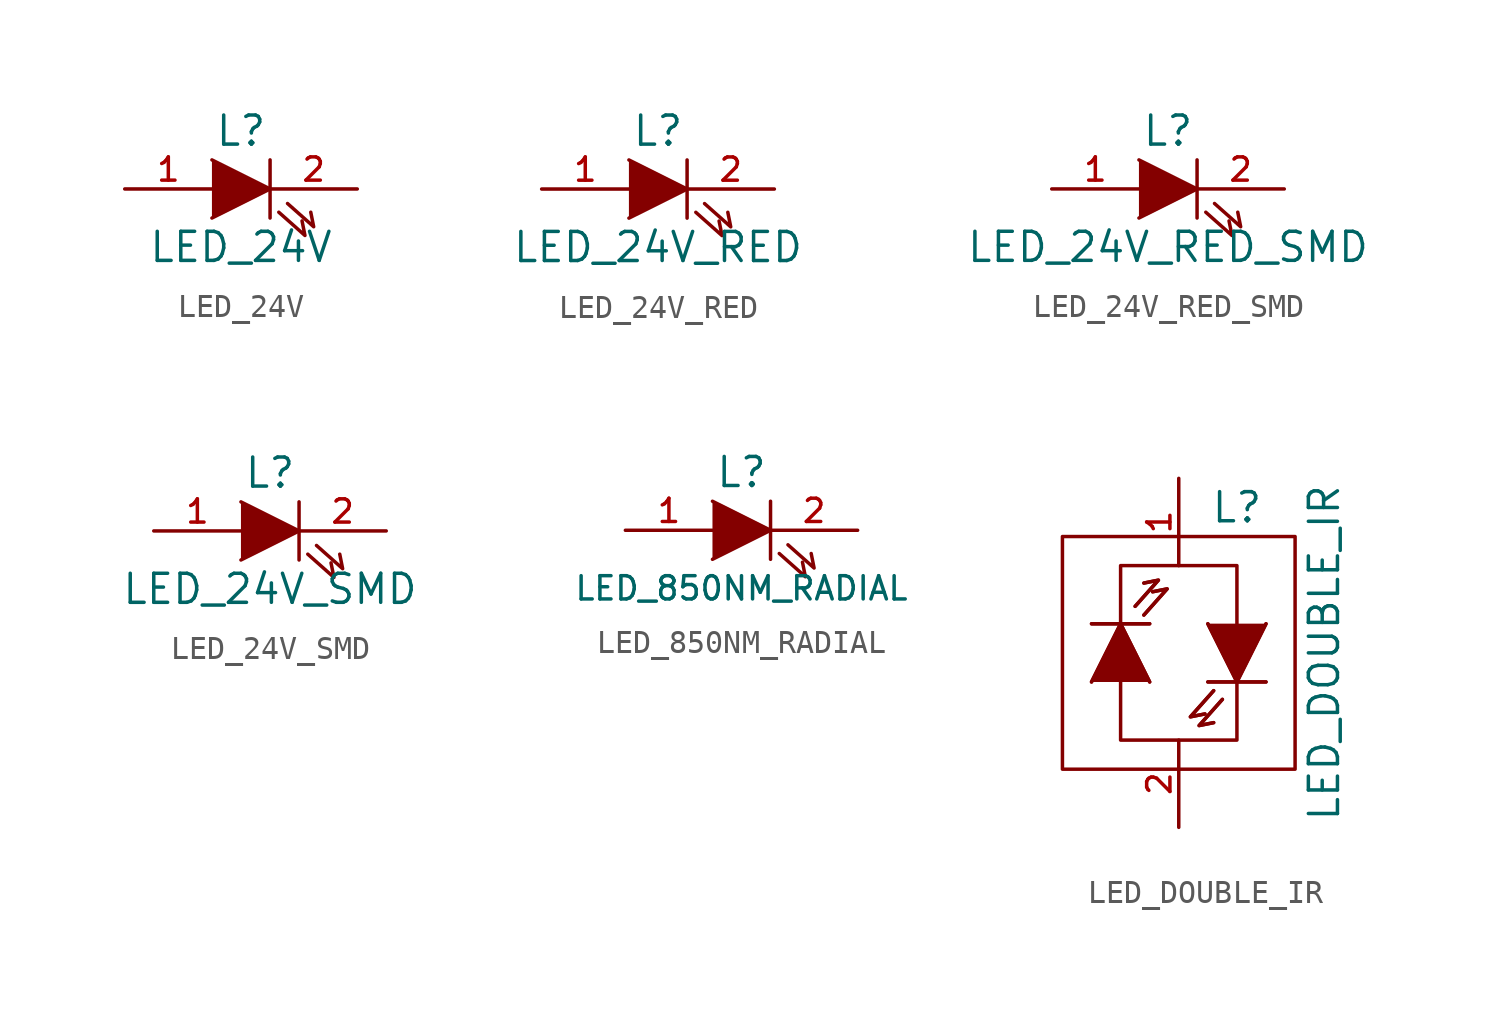
<source format=kicad_sym>
(kicad_symbol_lib
  (version 20211014)
  (generator kicad_symbol_editor)
  (symbol "LED_24V"
    (pin_names
      (offset 1.016) hide)
    (property "Reference" "L"
      (at 0 2.54 0)
      (effects (font (size 1.27 1.27))))
    (property "Value" "LED_24V"
      (at 0 -2.54 0)
      (effects (font (size 1.27 1.27))))
    (property "Datasheet" ""
      (at 0 0 0)
      (effects (font (size 1.524 1.524))))
    (symbol "LED_24V_0_1"
      (polyline (pts (xy 1.27 1.27) (xy 1.27 -1.27)) (stroke (width 0) (type default) (color 0 0 0 0)) (fill (type none)))
      (polyline (pts (xy -1.27 1.27) (xy 1.27 0) (xy -1.27 -1.27)) (stroke (width 0) (type default) (color 0 0 0 0)) (fill (type outline)))
      (polyline (pts (xy 1.651 -1.016) (xy 2.794 -2.032) (xy 2.667 -1.397)) (stroke (width 0) (type default) (color 0 0 0 0)) (fill (type none)))
      (polyline (pts (xy 2.032 -0.635) (xy 3.175 -1.651) (xy 3.048 -1.016)) (stroke (width 0) (type default) (color 0 0 0 0)) (fill (type none))))
    (symbol "LED_24V_1_1"
      (pin passive line (at -5.08 0 0) (length 3.81) (name "A" (effects (font (size 1.016 1.016)))) (number "1" (effects (font (size 1.016 1.016)))))
      (pin passive line (at 5.08 0 180) (length 3.81) (name "K" (effects (font (size 1.016 1.016)))) (number "2" (effects (font (size 1.016 1.016)))))))
  (symbol "LED_24V_RED"
    (pin_names
      (offset 1.016) hide)
    (property "Reference" "L"
      (at 0 2.54 0)
      (effects (font (size 1.27 1.27))))
    (property "Value" "LED_24V_RED"
      (at 0 -2.54 0)
      (effects (font (size 1.27 1.27))))
    (symbol "LED_24V_RED_0_1"
      (polyline (pts (xy 1.27 1.27) (xy 1.27 -1.27)) (stroke (width 0) (type default) (color 0 0 0 0)) (fill (type none)))
      (polyline (pts (xy -1.27 1.27) (xy 1.27 0) (xy -1.27 -1.27)) (stroke (width 0) (type default) (color 0 0 0 0)) (fill (type outline)))
      (polyline (pts (xy 1.651 -1.016) (xy 2.794 -2.032) (xy 2.667 -1.397)) (stroke (width 0) (type default) (color 0 0 0 0)) (fill (type none)))
      (polyline (pts (xy 2.032 -0.635) (xy 3.175 -1.651) (xy 3.048 -1.016)) (stroke (width 0) (type default) (color 0 0 0 0)) (fill (type none))))
    (symbol "LED_24V_RED_1_1"
      (pin passive line (at -5.08 0 0) (length 3.81) (name "A" (effects (font (size 1.016 1.016)))) (number "1" (effects (font (size 1.016 1.016)))))
      (pin passive line (at 5.08 0 180) (length 3.81) (name "K" (effects (font (size 1.016 1.016)))) (number "2" (effects (font (size 1.016 1.016)))))))
  (symbol "LED_24V_RED_SMD"
    (pin_names
      (offset 1.016) hide)
    (property "Reference" "L"
      (at 0 2.54 0)
      (effects (font (size 1.27 1.27))))
    (property "Value" "LED_24V_RED_SMD"
      (at 0 -2.54 0)
      (effects (font (size 1.27 1.27))))
    (property "Datasheet" ""
      (at 0 0 0)
      (effects (font (size 1.524 1.524))))
    (symbol "LED_24V_RED_SMD_0_1"
      (polyline (pts (xy 1.27 1.27) (xy 1.27 -1.27)) (stroke (width 0) (type default) (color 0 0 0 0)) (fill (type none)))
      (polyline (pts (xy -1.27 1.27) (xy 1.27 0) (xy -1.27 -1.27)) (stroke (width 0) (type default) (color 0 0 0 0)) (fill (type outline)))
      (polyline (pts (xy 1.651 -1.016) (xy 2.794 -2.032) (xy 2.667 -1.397)) (stroke (width 0) (type default) (color 0 0 0 0)) (fill (type none)))
      (polyline (pts (xy 2.032 -0.635) (xy 3.175 -1.651) (xy 3.048 -1.016)) (stroke (width 0) (type default) (color 0 0 0 0)) (fill (type none))))
    (symbol "LED_24V_RED_SMD_1_1"
      (pin passive line (at -5.08 0 0) (length 3.81) (name "A" (effects (font (size 1.016 1.016)))) (number "1" (effects (font (size 1.016 1.016)))))
      (pin passive line (at 5.08 0 180) (length 3.81) (name "K" (effects (font (size 1.016 1.016)))) (number "2" (effects (font (size 1.016 1.016)))))))
  (symbol "LED_24V_SMD"
    (pin_names
      (offset 1.016) hide)
    (property "Reference" "L"
      (at 0 2.54 0)
      (effects (font (size 1.27 1.27))))
    (property "Value" "LED_24V_SMD"
      (at 0 -2.54 0)
      (effects (font (size 1.27 1.27))))
    (property "Datasheet" ""
      (at 0 0 0)
      (effects (font (size 1.524 1.524))))
    (symbol "LED_24V_SMD_0_1"
      (polyline (pts (xy 1.27 1.27) (xy 1.27 -1.27)) (stroke (width 0) (type default) (color 0 0 0 0)) (fill (type none)))
      (polyline (pts (xy -1.27 1.27) (xy 1.27 0) (xy -1.27 -1.27)) (stroke (width 0) (type default) (color 0 0 0 0)) (fill (type outline)))
      (polyline (pts (xy 1.651 -1.016) (xy 2.794 -2.032) (xy 2.667 -1.397)) (stroke (width 0) (type default) (color 0 0 0 0)) (fill (type none)))
      (polyline (pts (xy 2.032 -0.635) (xy 3.175 -1.651) (xy 3.048 -1.016)) (stroke (width 0) (type default) (color 0 0 0 0)) (fill (type none))))
    (symbol "LED_24V_SMD_1_1"
      (pin passive line (at -5.08 0 0) (length 3.81) (name "A" (effects (font (size 1.016 1.016)))) (number "1" (effects (font (size 1.016 1.016)))))
      (pin passive line (at 5.08 0 180) (length 3.81) (name "K" (effects (font (size 1.016 1.016)))) (number "2" (effects (font (size 1.016 1.016)))))))
  (symbol "LED_850NM_RADIAL"
    (pin_names
      (offset 1.016) hide)
    (property "Reference" "L"
      (at 0 2.54 0)
      (effects (font (size 1.27 1.27))))
    (property "Value" "LED_850NM_RADIAL"
      (at 0 -2.54 0)
      (effects (font (size 1.016 1.016))))
    (property "Datasheet" ""
      (at 0 0 0)
      (effects (font (size 1.524 1.524))))
    (symbol "LED_850NM_RADIAL_0_1"
      (polyline (pts (xy 1.27 1.27) (xy 1.27 -1.27)) (stroke (width 0) (type default) (color 0 0 0 0)) (fill (type none)))
      (polyline (pts (xy -1.27 1.27) (xy 1.27 0) (xy -1.27 -1.27)) (stroke (width 0) (type default) (color 0 0 0 0)) (fill (type outline)))
      (polyline (pts (xy 1.651 -1.016) (xy 2.794 -2.032) (xy 2.667 -1.397)) (stroke (width 0) (type default) (color 0 0 0 0)) (fill (type none)))
      (polyline (pts (xy 2.032 -0.635) (xy 3.175 -1.651) (xy 3.048 -1.016)) (stroke (width 0) (type default) (color 0 0 0 0)) (fill (type none))))
    (symbol "LED_850NM_RADIAL_1_1"
      (pin passive line (at -5.08 0 0) (length 3.81) (name "A" (effects (font (size 1.016 1.016)))) (number "1" (effects (font (size 1.016 1.016)))))
      (pin passive line (at 5.08 0 180) (length 3.81) (name "K" (effects (font (size 1.016 1.016)))) (number "2" (effects (font (size 1.016 1.016)))))))
  (symbol "LED_DOUBLE_IR"
    (pin_names
      (offset 1.016) hide)
    (property "Reference" "L"
      (at 2.54 6.35 0)
      (effects (font (size 1.27 1.27))))
    (property "Value" "LED_DOUBLE_IR"
      (at 6.35 0 90)
      (effects (font (size 1.27 1.27))))
    (symbol "LED_DOUBLE_IR_0_1"
      (rectangle (start -5.08 5.08) (end 5.08 -5.08) (stroke (width 0) (type default) (color 0 0 0 0)) (fill (type none)))
      (polyline (pts (xy -3.81 1.27) (xy -1.27 1.27)) (stroke (width 0) (type default) (color 0 0 0 0)) (fill (type none)))
      (polyline (pts (xy -3.81 1.27) (xy -1.27 1.27)) (stroke (width 0) (type default) (color 0 0 0 0)) (fill (type none)))
      (polyline (pts (xy 3.81 -1.27) (xy 1.27 -1.27)) (stroke (width 0) (type default) (color 0 0 0 0)) (fill (type none)))
      (polyline (pts (xy 3.81 -1.27) (xy 1.27 -1.27)) (stroke (width 0) (type default) (color 0 0 0 0)) (fill (type none)))
      (polyline (pts (xy -3.81 -1.27) (xy -2.54 1.27) (xy -1.27 -1.27)) (stroke (width 0) (type default) (color 0 0 0 0)) (fill (type outline)))
      (polyline (pts (xy -3.81 -1.27) (xy -2.54 1.27) (xy -1.27 -1.27)) (stroke (width 0) (type default) (color 0 0 0 0)) (fill (type outline)))
      (polyline (pts (xy -1.905 2.032) (xy -0.889 3.175) (xy -1.524 3.048)) (stroke (width 0) (type default) (color 0 0 0 0)) (fill (type none)))
      (polyline (pts (xy -1.905 2.032) (xy -0.889 3.175) (xy -1.524 3.048)) (stroke (width 0) (type default) (color 0 0 0 0)) (fill (type none)))
      (polyline (pts (xy -1.524 1.651) (xy -0.508 2.794) (xy -1.143 2.667)) (stroke (width 0) (type default) (color 0 0 0 0)) (fill (type none)))
      (polyline (pts (xy -1.524 1.651) (xy -0.508 2.794) (xy -1.143 2.667)) (stroke (width 0) (type default) (color 0 0 0 0)) (fill (type none)))
      (polyline (pts (xy 1.524 -1.651) (xy 0.508 -2.794) (xy 1.143 -2.667)) (stroke (width 0) (type default) (color 0 0 0 0)) (fill (type none)))
      (polyline (pts (xy 1.524 -1.651) (xy 0.508 -2.794) (xy 1.143 -2.667)) (stroke (width 0) (type default) (color 0 0 0 0)) (fill (type none)))
      (polyline (pts (xy 1.905 -2.032) (xy 0.889 -3.175) (xy 1.524 -3.048)) (stroke (width 0) (type default) (color 0 0 0 0)) (fill (type none)))
      (polyline (pts (xy 1.905 -2.032) (xy 0.889 -3.175) (xy 1.524 -3.048)) (stroke (width 0) (type default) (color 0 0 0 0)) (fill (type none)))
      (polyline (pts (xy 3.81 1.27) (xy 2.54 -1.27) (xy 1.27 1.27)) (stroke (width 0) (type default) (color 0 0 0 0)) (fill (type outline)))
      (polyline (pts (xy 3.81 1.27) (xy 2.54 -1.27) (xy 1.27 1.27)) (stroke (width 0) (type default) (color 0 0 0 0)) (fill (type outline)))
      (polyline (pts (xy -2.54 -1.27) (xy -2.54 -3.81) (xy 2.54 -3.81) (xy 2.54 -1.27)) (stroke (width 0) (type default) (color 0 0 0 0)) (fill (type none)))
      (polyline (pts (xy -2.54 1.27) (xy -2.54 3.81) (xy 2.54 3.81) (xy 2.54 1.27)) (stroke (width 0) (type default) (color 0 0 0 0)) (fill (type none))))
    (symbol "LED_DOUBLE_IR_1_1"
      (pin passive line (at 0 7.62 270) (length 3.81) (name "A" (effects (font (size 1.016 1.016)))) (number "1" (effects (font (size 1.016 1.016)))))
      (pin passive line (at 0 -7.62 90) (length 3.81) (name "K" (effects (font (size 1.016 1.016)))) (number "2" (effects (font (size 1.016 1.016))))))))
</source>
